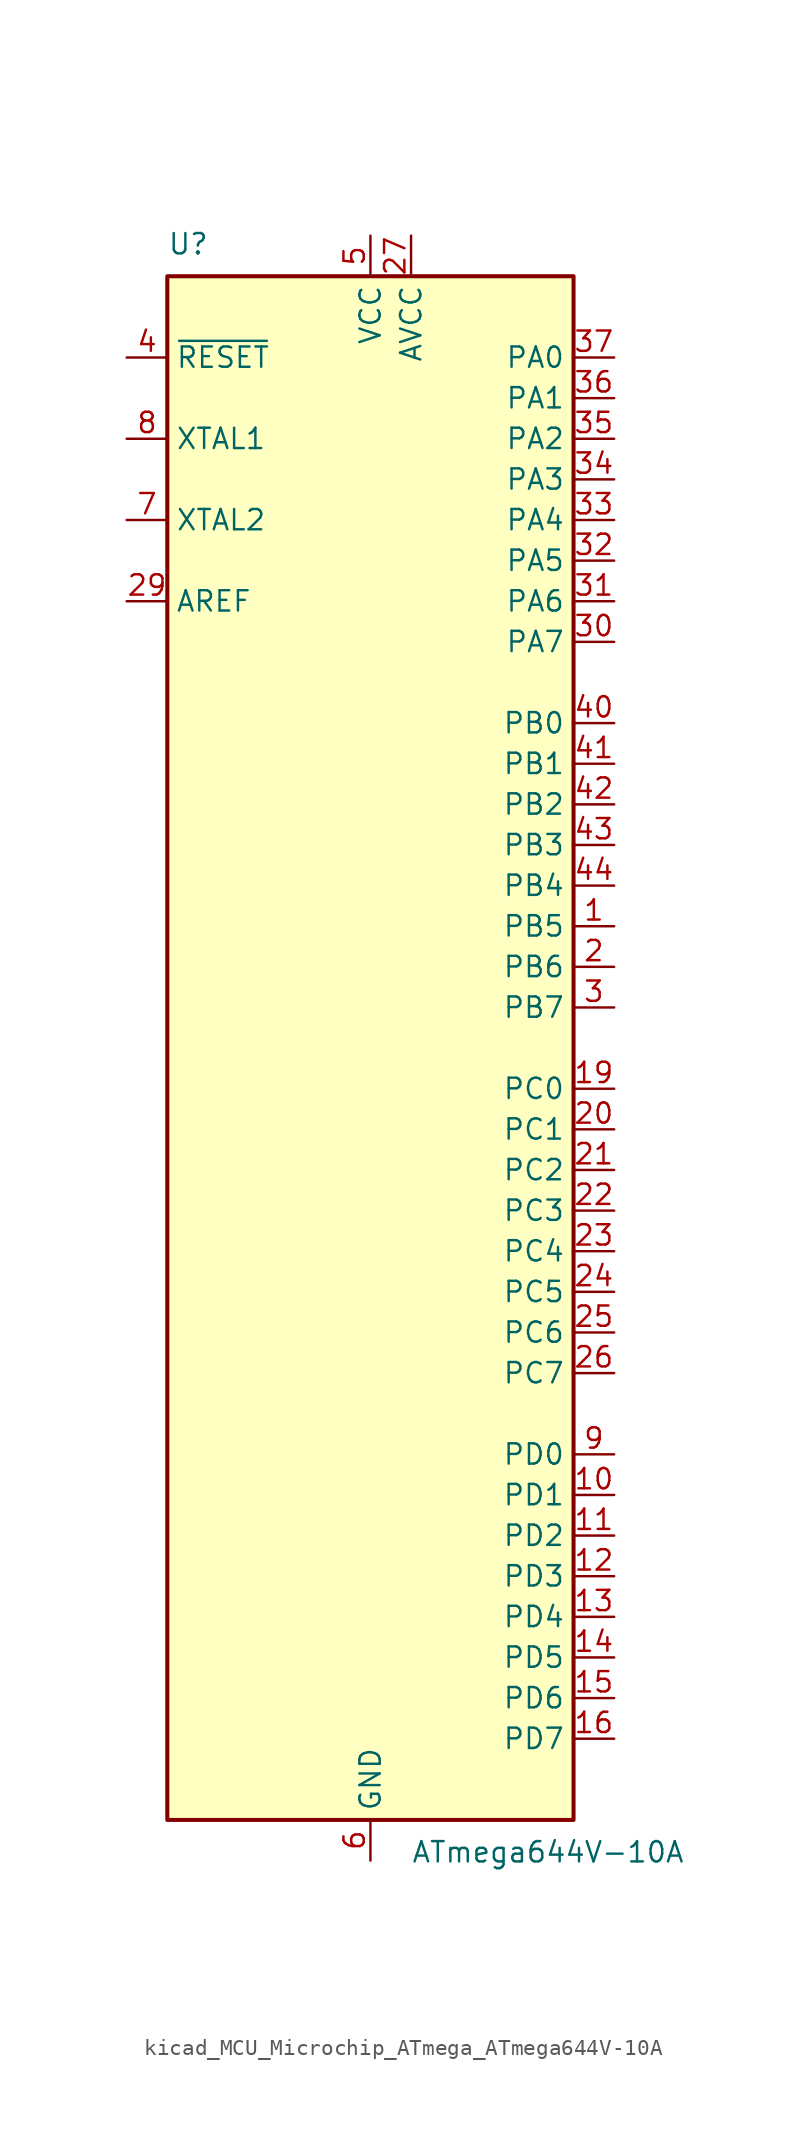
<source format=kicad_sym>
(kicad_symbol_lib
  (version 20220914)
  (generator kicad_symbol_editor)
  (symbol "kicad_MCU_Microchip_ATmega_ATmega644V-10A"
    (property "Reference" "U"
      (at -12.7 49.53 0)
      (effects (font (size 1.27 1.27)) (justify left bottom)))
    (property "Value" "ATmega644V-10A"
      (at 2.54 -49.53 0)
      (effects (font (size 1.27 1.27)) (justify left top)))
    (symbol "kicad_MCU_Microchip_ATmega_ATmega644V-10A_0_1"
      (rectangle (start -12.7 -48.26) (end 12.7 48.26) (stroke (width 0.254) (type default)) (fill (type background))))
    (symbol "kicad_MCU_Microchip_ATmega_ATmega644V-10A_1_1"
      (pin bidirectional line (at 15.24 7.62 180) (length 2.54) (name "PB5" (effects (font (size 1.27 1.27)))) (number "1" (effects (font (size 1.27 1.27)))))
      (pin bidirectional line (at 15.24 -27.94 180) (length 2.54) (name "PD1" (effects (font (size 1.27 1.27)))) (number "10" (effects (font (size 1.27 1.27)))))
      (pin bidirectional line (at 15.24 -30.48 180) (length 2.54) (name "PD2" (effects (font (size 1.27 1.27)))) (number "11" (effects (font (size 1.27 1.27)))))
      (pin bidirectional line (at 15.24 -33.02 180) (length 2.54) (name "PD3" (effects (font (size 1.27 1.27)))) (number "12" (effects (font (size 1.27 1.27)))))
      (pin bidirectional line (at 15.24 -35.56 180) (length 2.54) (name "PD4" (effects (font (size 1.27 1.27)))) (number "13" (effects (font (size 1.27 1.27)))))
      (pin bidirectional line (at 15.24 -38.1 180) (length 2.54) (name "PD5" (effects (font (size 1.27 1.27)))) (number "14" (effects (font (size 1.27 1.27)))))
      (pin bidirectional line (at 15.24 -40.64 180) (length 2.54) (name "PD6" (effects (font (size 1.27 1.27)))) (number "15" (effects (font (size 1.27 1.27)))))
      (pin bidirectional line (at 15.24 -43.18 180) (length 2.54) (name "PD7" (effects (font (size 1.27 1.27)))) (number "16" (effects (font (size 1.27 1.27)))))
      (pin passive line (at 0 50.8 270) (length 2.54) hide (name "VCC" (effects (font (size 1.27 1.27)))) (number "17" (effects (font (size 1.27 1.27)))))
      (pin passive line (at 0 -50.8 90) (length 2.54) hide (name "GND" (effects (font (size 1.27 1.27)))) (number "18" (effects (font (size 1.27 1.27)))))
      (pin bidirectional line (at 15.24 -2.54 180) (length 2.54) (name "PC0" (effects (font (size 1.27 1.27)))) (number "19" (effects (font (size 1.27 1.27)))))
      (pin bidirectional line (at 15.24 5.08 180) (length 2.54) (name "PB6" (effects (font (size 1.27 1.27)))) (number "2" (effects (font (size 1.27 1.27)))))
      (pin bidirectional line (at 15.24 -5.08 180) (length 2.54) (name "PC1" (effects (font (size 1.27 1.27)))) (number "20" (effects (font (size 1.27 1.27)))))
      (pin bidirectional line (at 15.24 -7.62 180) (length 2.54) (name "PC2" (effects (font (size 1.27 1.27)))) (number "21" (effects (font (size 1.27 1.27)))))
      (pin bidirectional line (at 15.24 -10.16 180) (length 2.54) (name "PC3" (effects (font (size 1.27 1.27)))) (number "22" (effects (font (size 1.27 1.27)))))
      (pin bidirectional line (at 15.24 -12.7 180) (length 2.54) (name "PC4" (effects (font (size 1.27 1.27)))) (number "23" (effects (font (size 1.27 1.27)))))
      (pin bidirectional line (at 15.24 -15.24 180) (length 2.54) (name "PC5" (effects (font (size 1.27 1.27)))) (number "24" (effects (font (size 1.27 1.27)))))
      (pin bidirectional line (at 15.24 -17.78 180) (length 2.54) (name "PC6" (effects (font (size 1.27 1.27)))) (number "25" (effects (font (size 1.27 1.27)))))
      (pin bidirectional line (at 15.24 -20.32 180) (length 2.54) (name "PC7" (effects (font (size 1.27 1.27)))) (number "26" (effects (font (size 1.27 1.27)))))
      (pin power_in line (at 2.54 50.8 270) (length 2.54) (name "AVCC" (effects (font (size 1.27 1.27)))) (number "27" (effects (font (size 1.27 1.27)))))
      (pin passive line (at 0 -50.8 90) (length 2.54) hide (name "GND" (effects (font (size 1.27 1.27)))) (number "28" (effects (font (size 1.27 1.27)))))
      (pin passive line (at -15.24 27.94 0) (length 2.54) (name "AREF" (effects (font (size 1.27 1.27)))) (number "29" (effects (font (size 1.27 1.27)))))
      (pin bidirectional line (at 15.24 2.54 180) (length 2.54) (name "PB7" (effects (font (size 1.27 1.27)))) (number "3" (effects (font (size 1.27 1.27)))))
      (pin bidirectional line (at 15.24 25.4 180) (length 2.54) (name "PA7" (effects (font (size 1.27 1.27)))) (number "30" (effects (font (size 1.27 1.27)))))
      (pin bidirectional line (at 15.24 27.94 180) (length 2.54) (name "PA6" (effects (font (size 1.27 1.27)))) (number "31" (effects (font (size 1.27 1.27)))))
      (pin bidirectional line (at 15.24 30.48 180) (length 2.54) (name "PA5" (effects (font (size 1.27 1.27)))) (number "32" (effects (font (size 1.27 1.27)))))
      (pin bidirectional line (at 15.24 33.02 180) (length 2.54) (name "PA4" (effects (font (size 1.27 1.27)))) (number "33" (effects (font (size 1.27 1.27)))))
      (pin bidirectional line (at 15.24 35.56 180) (length 2.54) (name "PA3" (effects (font (size 1.27 1.27)))) (number "34" (effects (font (size 1.27 1.27)))))
      (pin bidirectional line (at 15.24 38.1 180) (length 2.54) (name "PA2" (effects (font (size 1.27 1.27)))) (number "35" (effects (font (size 1.27 1.27)))))
      (pin bidirectional line (at 15.24 40.64 180) (length 2.54) (name "PA1" (effects (font (size 1.27 1.27)))) (number "36" (effects (font (size 1.27 1.27)))))
      (pin bidirectional line (at 15.24 43.18 180) (length 2.54) (name "PA0" (effects (font (size 1.27 1.27)))) (number "37" (effects (font (size 1.27 1.27)))))
      (pin passive line (at 0 50.8 270) (length 2.54) hide (name "VCC" (effects (font (size 1.27 1.27)))) (number "38" (effects (font (size 1.27 1.27)))))
      (pin passive line (at 0 -50.8 90) (length 2.54) hide (name "GND" (effects (font (size 1.27 1.27)))) (number "39" (effects (font (size 1.27 1.27)))))
      (pin input line (at -15.24 43.18 0) (length 2.54) (name "~{RESET}" (effects (font (size 1.27 1.27)))) (number "4" (effects (font (size 1.27 1.27)))))
      (pin bidirectional line (at 15.24 20.32 180) (length 2.54) (name "PB0" (effects (font (size 1.27 1.27)))) (number "40" (effects (font (size 1.27 1.27)))))
      (pin bidirectional line (at 15.24 17.78 180) (length 2.54) (name "PB1" (effects (font (size 1.27 1.27)))) (number "41" (effects (font (size 1.27 1.27)))))
      (pin bidirectional line (at 15.24 15.24 180) (length 2.54) (name "PB2" (effects (font (size 1.27 1.27)))) (number "42" (effects (font (size 1.27 1.27)))))
      (pin bidirectional line (at 15.24 12.7 180) (length 2.54) (name "PB3" (effects (font (size 1.27 1.27)))) (number "43" (effects (font (size 1.27 1.27)))))
      (pin bidirectional line (at 15.24 10.16 180) (length 2.54) (name "PB4" (effects (font (size 1.27 1.27)))) (number "44" (effects (font (size 1.27 1.27)))))
      (pin power_in line (at 0 50.8 270) (length 2.54) (name "VCC" (effects (font (size 1.27 1.27)))) (number "5" (effects (font (size 1.27 1.27)))))
      (pin power_in line (at 0 -50.8 90) (length 2.54) (name "GND" (effects (font (size 1.27 1.27)))) (number "6" (effects (font (size 1.27 1.27)))))
      (pin output line (at -15.24 33.02 0) (length 2.54) (name "XTAL2" (effects (font (size 1.27 1.27)))) (number "7" (effects (font (size 1.27 1.27)))))
      (pin input line (at -15.24 38.1 0) (length 2.54) (name "XTAL1" (effects (font (size 1.27 1.27)))) (number "8" (effects (font (size 1.27 1.27)))))
      (pin bidirectional line (at 15.24 -25.4 180) (length 2.54) (name "PD0" (effects (font (size 1.27 1.27)))) (number "9" (effects (font (size 1.27 1.27))))))))
</source>
